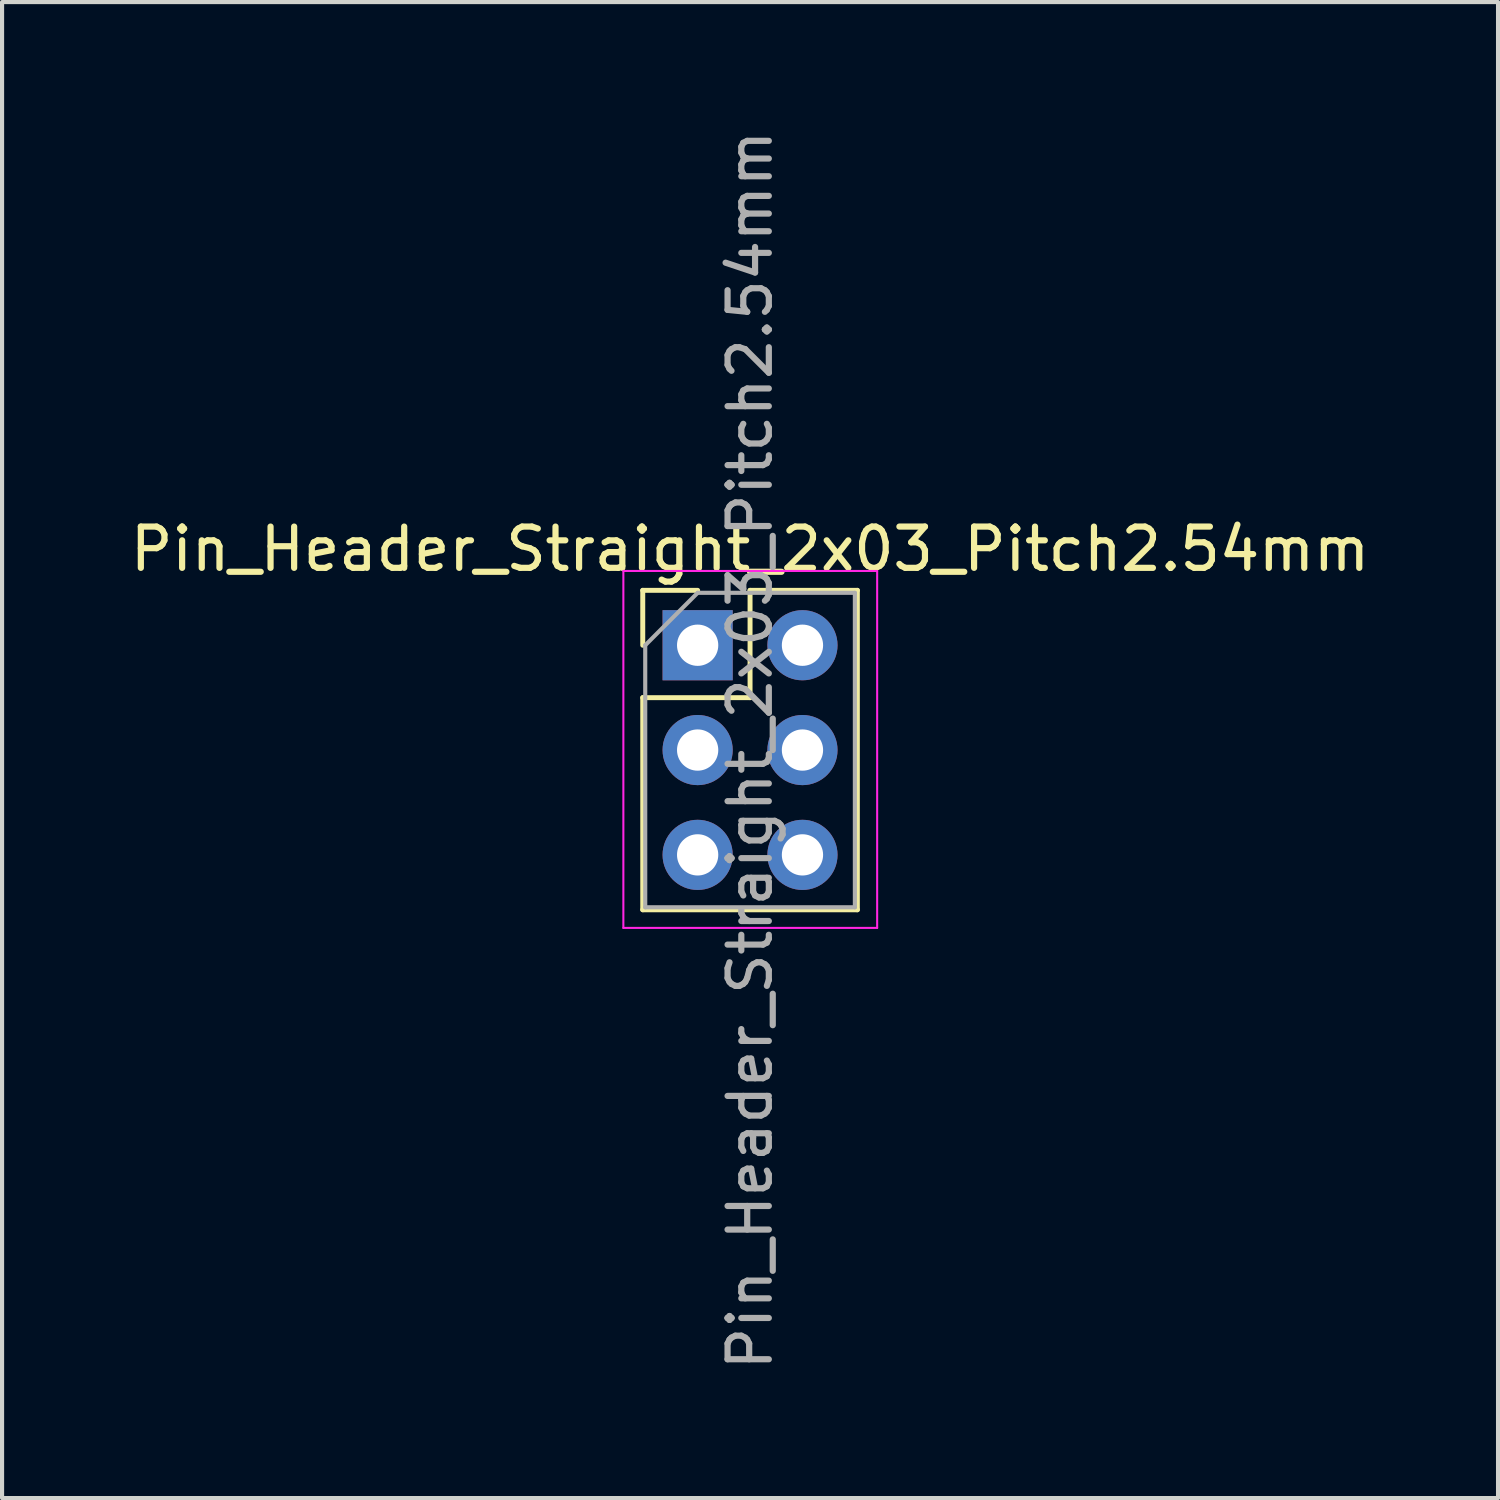
<source format=kicad_pcb>
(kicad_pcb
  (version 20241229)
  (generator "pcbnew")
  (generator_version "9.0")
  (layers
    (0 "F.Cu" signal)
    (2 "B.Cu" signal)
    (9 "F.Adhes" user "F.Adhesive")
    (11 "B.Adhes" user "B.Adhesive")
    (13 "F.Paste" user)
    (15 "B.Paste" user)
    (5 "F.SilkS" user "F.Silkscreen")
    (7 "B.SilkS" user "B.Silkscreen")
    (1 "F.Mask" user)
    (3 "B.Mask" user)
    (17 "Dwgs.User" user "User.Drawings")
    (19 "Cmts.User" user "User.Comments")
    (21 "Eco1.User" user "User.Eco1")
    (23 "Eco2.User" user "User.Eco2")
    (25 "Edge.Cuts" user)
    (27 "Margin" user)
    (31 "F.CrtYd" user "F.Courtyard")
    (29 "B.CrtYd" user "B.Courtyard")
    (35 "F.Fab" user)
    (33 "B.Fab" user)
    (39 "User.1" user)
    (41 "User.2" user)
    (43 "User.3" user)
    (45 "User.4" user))
  (footprint "Pin_Header_Straight_2x03_Pitch2.54mm"
    (layer "F.Cu")
    (at 13.855 12.585)
    (property "Reference" "Pin_Header_Straight_2x03_Pitch2.54mm" (at 1.27 -2.33 0) (layer "F.SilkS") (effects (font (size 1 1) (thickness 0.15))))
    (attr through_hole)
    (fp_line (start -1.33 -1.33) (end 0 -1.33) (stroke (width 0.12) (type solid)) (layer "F.SilkS"))
    (fp_line (start -1.33 0) (end -1.33 -1.33) (stroke (width 0.12) (type solid)) (layer "F.SilkS"))
    (fp_line (start -1.33 1.27) (end -1.33 6.41) (stroke (width 0.12) (type solid)) (layer "F.SilkS"))
    (fp_line (start -1.33 1.27) (end 1.27 1.27) (stroke (width 0.12) (type solid)) (layer "F.SilkS"))
    (fp_line (start -1.33 6.41) (end 3.87 6.41) (stroke (width 0.12) (type solid)) (layer "F.SilkS"))
    (fp_line (start 1.27 -1.33) (end 3.87 -1.33) (stroke (width 0.12) (type solid)) (layer "F.SilkS"))
    (fp_line (start 1.27 1.27) (end 1.27 -1.33) (stroke (width 0.12) (type solid)) (layer "F.SilkS"))
    (fp_line (start 3.87 -1.33) (end 3.87 6.41) (stroke (width 0.12) (type solid)) (layer "F.SilkS"))
    (fp_line (start -1.8 -1.8) (end -1.8 6.85) (stroke (width 0.05) (type solid)) (layer "F.CrtYd"))
    (fp_line (start -1.8 6.85) (end 4.35 6.85) (stroke (width 0.05) (type solid)) (layer "F.CrtYd"))
    (fp_line (start 4.35 -1.8) (end -1.8 -1.8) (stroke (width 0.05) (type solid)) (layer "F.CrtYd"))
    (fp_line (start 4.35 6.85) (end 4.35 -1.8) (stroke (width 0.05) (type solid)) (layer "F.CrtYd"))
    (fp_line (start -1.27 0) (end 0 -1.27) (stroke (width 0.1) (type solid)) (layer "F.Fab"))
    (fp_line (start -1.27 6.35) (end -1.27 0) (stroke (width 0.1) (type solid)) (layer "F.Fab"))
    (fp_line (start 0 -1.27) (end 3.81 -1.27) (stroke (width 0.1) (type solid)) (layer "F.Fab"))
    (fp_line (start 3.81 -1.27) (end 3.81 6.35) (stroke (width 0.1) (type solid)) (layer "F.Fab"))
    (fp_line (start 3.81 6.35) (end -1.27 6.35) (stroke (width 0.1) (type solid)) (layer "F.Fab"))
    (fp_text user "${REFERENCE}" (at 1.27 2.54 90) (layer "F.Fab") (effects (font (size 1 1) (thickness 0.15))))
    (pad "1" thru_hole rect (at 0 0) (size 1.7 1.7) (drill 1) (layers "*.Cu" "*.Mask"))
    (pad "2" thru_hole oval (at 2.54 0) (size 1.7 1.7) (drill 1) (layers "*.Cu" "*.Mask"))
    (pad "3" thru_hole oval (at 0 2.54) (size 1.7 1.7) (drill 1) (layers "*.Cu" "*.Mask"))
    (pad "4" thru_hole oval (at 2.54 2.54) (size 1.7 1.7) (drill 1) (layers "*.Cu" "*.Mask"))
    (pad "5" thru_hole oval (at 0 5.08) (size 1.7 1.7) (drill 1) (layers "*.Cu" "*.Mask"))
    (pad "6" thru_hole oval (at 2.54 5.08) (size 1.7 1.7) (drill 1) (layers "*.Cu" "*.Mask")))
  (gr_rect
    (start -3 -3)
    (end 33.25 33.25)
    (stroke (width 0.1) (type default))
    (fill no)
    (layer "Edge.Cuts")))
</source>
